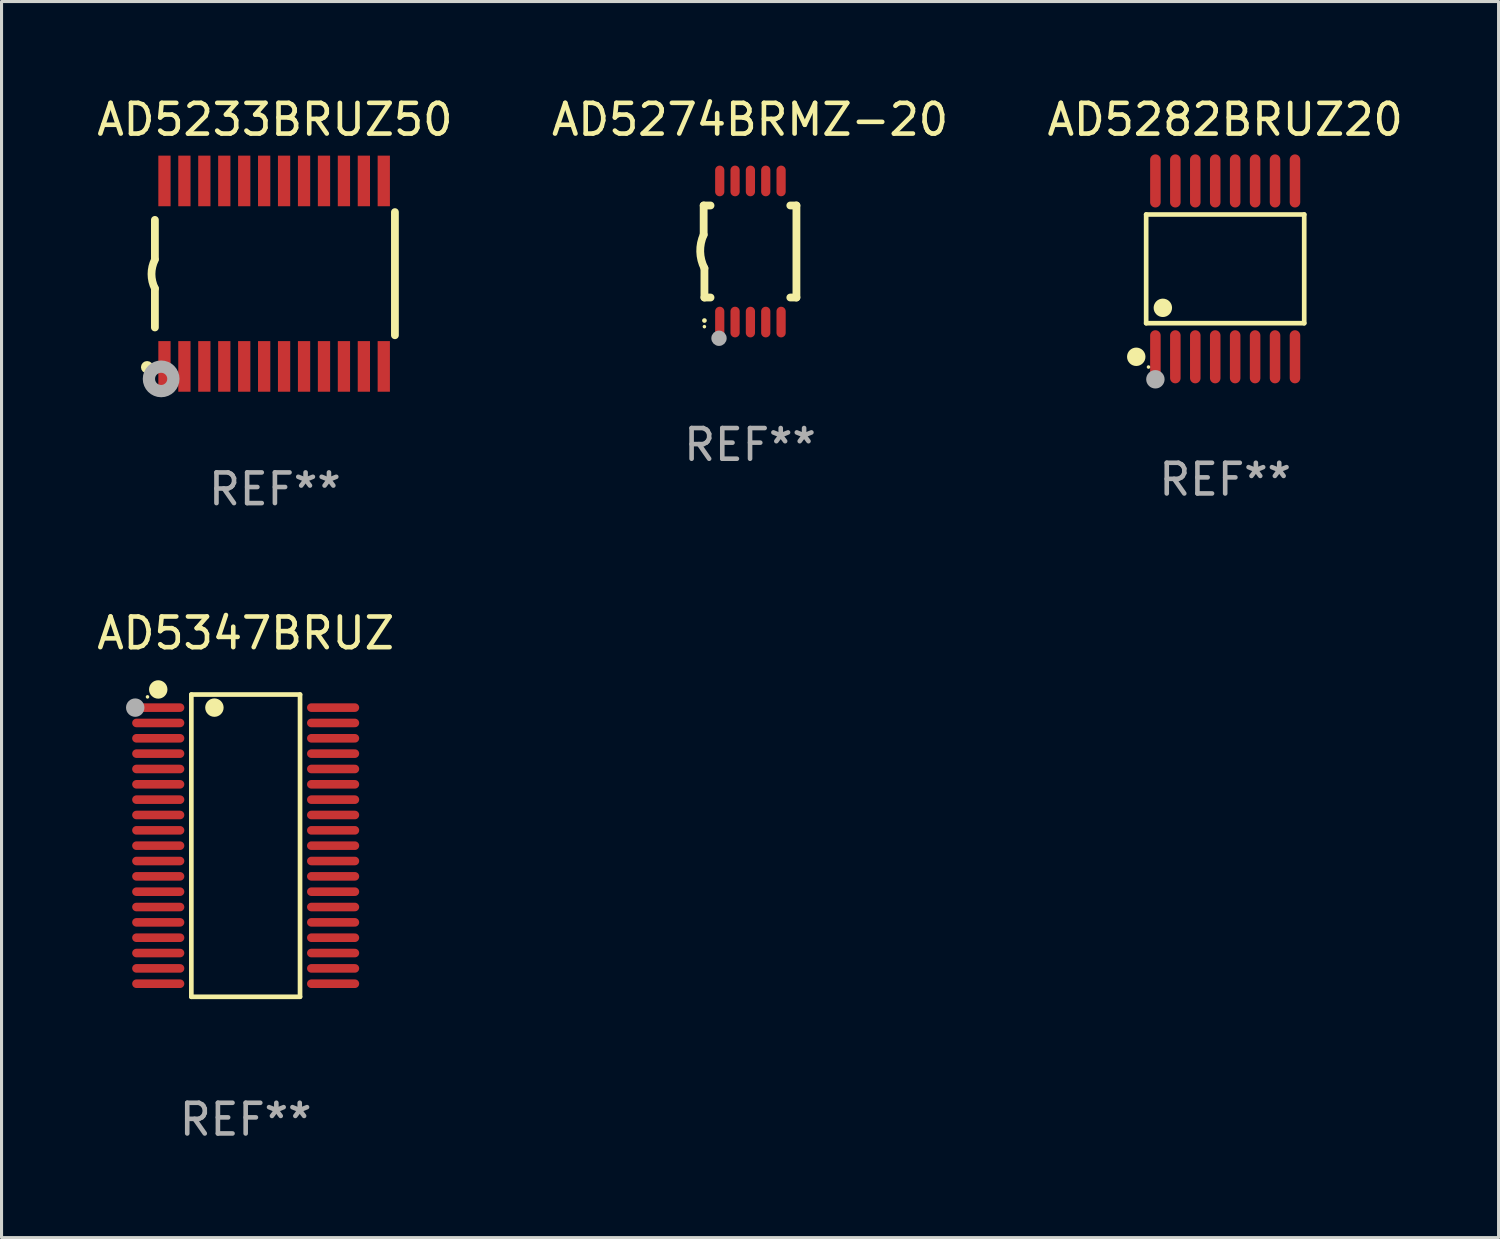
<source format=kicad_pcb>
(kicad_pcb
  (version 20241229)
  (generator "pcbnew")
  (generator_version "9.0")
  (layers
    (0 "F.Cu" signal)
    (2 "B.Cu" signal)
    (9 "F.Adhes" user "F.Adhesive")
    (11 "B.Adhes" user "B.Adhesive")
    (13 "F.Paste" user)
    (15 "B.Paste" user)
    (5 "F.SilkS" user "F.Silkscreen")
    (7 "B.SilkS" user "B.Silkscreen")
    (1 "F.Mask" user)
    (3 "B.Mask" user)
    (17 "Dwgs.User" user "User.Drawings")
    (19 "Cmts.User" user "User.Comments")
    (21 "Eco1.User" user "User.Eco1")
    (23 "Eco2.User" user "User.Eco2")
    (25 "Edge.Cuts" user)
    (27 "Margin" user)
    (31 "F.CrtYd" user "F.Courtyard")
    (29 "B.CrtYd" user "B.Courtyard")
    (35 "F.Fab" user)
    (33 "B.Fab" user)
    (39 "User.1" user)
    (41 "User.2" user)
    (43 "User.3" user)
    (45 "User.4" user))
  (footprint "AD5347BRUZ"
    (layer "F.Cu")
    (at 4.958 24.516)
    (property "Reference" "AD5347BRUZ" (at 0 -6.926 0) (layer "F.SilkS") (effects (font (size 1 1) (thickness 0.15))))
    (attr through_hole)
    (fp_line (start -1.771 -4.926) (end 1.772 -4.926) (stroke (width 0.152) (type solid)) (layer "F.SilkS"))
    (fp_line (start -1.771 4.926) (end -1.771 -4.926) (stroke (width 0.152) (type solid)) (layer "F.SilkS"))
    (fp_line (start 1.772 -4.926) (end 1.772 4.926) (stroke (width 0.152) (type solid)) (layer "F.SilkS"))
    (fp_line (start 1.772 4.926) (end -1.771 4.926) (stroke (width 0.152) (type solid)) (layer "F.SilkS"))
    (fp_circle (center -3.2 -4.85) (end -3.17 -4.85) (stroke (width 0.06) (type solid)) (fill no) (layer "F.SilkS"))
    (fp_circle (center -2.85 -5.092) (end -2.7 -5.092) (stroke (width 0.3) (type solid)) (fill no) (layer "F.SilkS"))
    (fp_circle (center -1.019 -4.5) (end -0.869 -4.5) (stroke (width 0.3) (type solid)) (fill no) (layer "F.SilkS"))
    (fp_circle (center -3.6 -4.5) (end -3.45 -4.5) (stroke (width 0.3) (type solid)) (fill no) (layer "F.Fab"))
    (fp_text user "REF**" (at 0 8.926 0) (layer "F.Fab") (effects (font (size 1 1) (thickness 0.15))))
    (pad "1" smd oval (at -2.85 -4.5 270) (size 0.28 1.7) (layers "F.Cu" "F.Mask" "F.Paste"))
    (pad "2" smd oval (at -2.85 -4 270) (size 0.28 1.7) (layers "F.Cu" "F.Mask" "F.Paste"))
    (pad "3" smd oval (at -2.85 -3.5 270) (size 0.28 1.7) (layers "F.Cu" "F.Mask" "F.Paste"))
    (pad "4" smd oval (at -2.85 -3 270) (size 0.28 1.7) (layers "F.Cu" "F.Mask" "F.Paste"))
    (pad "5" smd oval (at -2.85 -2.5 270) (size 0.28 1.7) (layers "F.Cu" "F.Mask" "F.Paste"))
    (pad "6" smd oval (at -2.85 -2 270) (size 0.28 1.7) (layers "F.Cu" "F.Mask" "F.Paste"))
    (pad "7" smd oval (at -2.85 -1.5 270) (size 0.28 1.7) (layers "F.Cu" "F.Mask" "F.Paste"))
    (pad "8" smd oval (at -2.85 -1 270) (size 0.28 1.7) (layers "F.Cu" "F.Mask" "F.Paste"))
    (pad "9" smd oval (at -2.85 -0.5 270) (size 0.28 1.7) (layers "F.Cu" "F.Mask" "F.Paste"))
    (pad "10" smd oval (at -2.85 0.000051 270) (size 0.28 1.7) (layers "F.Cu" "F.Mask" "F.Paste"))
    (pad "11" smd oval (at -2.85 0.5 270) (size 0.28 1.7) (layers "F.Cu" "F.Mask" "F.Paste"))
    (pad "12" smd oval (at -2.85 1 270) (size 0.28 1.7) (layers "F.Cu" "F.Mask" "F.Paste"))
    (pad "13" smd oval (at -2.85 1.5 270) (size 0.28 1.7) (layers "F.Cu" "F.Mask" "F.Paste"))
    (pad "14" smd oval (at -2.85 2 270) (size 0.28 1.7) (layers "F.Cu" "F.Mask" "F.Paste"))
    (pad "15" smd oval (at -2.85 2.5 270) (size 0.28 1.7) (layers "F.Cu" "F.Mask" "F.Paste"))
    (pad "16" smd oval (at -2.85 3 270) (size 0.28 1.7) (layers "F.Cu" "F.Mask" "F.Paste"))
    (pad "17" smd oval (at -2.85 3.5 270) (size 0.28 1.7) (layers "F.Cu" "F.Mask" "F.Paste"))
    (pad "18" smd oval (at -2.85 4 270) (size 0.28 1.7) (layers "F.Cu" "F.Mask" "F.Paste"))
    (pad "19" smd oval (at -2.85 4.5 270) (size 0.28 1.7) (layers "F.Cu" "F.Mask" "F.Paste"))
    (pad "20" smd oval (at 2.85 4.5 270) (size 0.28 1.7) (layers "F.Cu" "F.Mask" "F.Paste"))
    (pad "21" smd oval (at 2.85 4 270) (size 0.28 1.7) (layers "F.Cu" "F.Mask" "F.Paste"))
    (pad "22" smd oval (at 2.85 3.5 270) (size 0.28 1.7) (layers "F.Cu" "F.Mask" "F.Paste"))
    (pad "23" smd oval (at 2.85 3 270) (size 0.28 1.7) (layers "F.Cu" "F.Mask" "F.Paste"))
    (pad "24" smd oval (at 2.85 2.5 270) (size 0.28 1.7) (layers "F.Cu" "F.Mask" "F.Paste"))
    (pad "25" smd oval (at 2.85 2 270) (size 0.28 1.7) (layers "F.Cu" "F.Mask" "F.Paste"))
    (pad "26" smd oval (at 2.85 1.5 270) (size 0.28 1.7) (layers "F.Cu" "F.Mask" "F.Paste"))
    (pad "27" smd oval (at 2.85 1 270) (size 0.28 1.7) (layers "F.Cu" "F.Mask" "F.Paste"))
    (pad "28" smd oval (at 2.85 0.5 270) (size 0.28 1.7) (layers "F.Cu" "F.Mask" "F.Paste"))
    (pad "29" smd oval (at 2.85 0.000051 270) (size 0.28 1.7) (layers "F.Cu" "F.Mask" "F.Paste"))
    (pad "30" smd oval (at 2.85 -0.5 270) (size 0.28 1.7) (layers "F.Cu" "F.Mask" "F.Paste"))
    (pad "31" smd oval (at 2.85 -1 270) (size 0.28 1.7) (layers "F.Cu" "F.Mask" "F.Paste"))
    (pad "32" smd oval (at 2.85 -1.5 270) (size 0.28 1.7) (layers "F.Cu" "F.Mask" "F.Paste"))
    (pad "33" smd oval (at 2.85 -2 270) (size 0.28 1.7) (layers "F.Cu" "F.Mask" "F.Paste"))
    (pad "34" smd oval (at 2.85 -2.5 270) (size 0.28 1.7) (layers "F.Cu" "F.Mask" "F.Paste"))
    (pad "35" smd oval (at 2.85 -3 270) (size 0.28 1.7) (layers "F.Cu" "F.Mask" "F.Paste"))
    (pad "36" smd oval (at 2.85 -3.5 270) (size 0.28 1.7) (layers "F.Cu" "F.Mask" "F.Paste"))
    (pad "37" smd oval (at 2.85 -4 270) (size 0.28 1.7) (layers "F.Cu" "F.Mask" "F.Paste"))
    (pad "38" smd oval (at 2.85 -4.5 270) (size 0.28 1.7) (layers "F.Cu" "F.Mask" "F.Paste")))
  (footprint "AD5282BRUZ20"
    (layer "F.Cu")
    (at 36.887 5.714)
    (property "Reference" "AD5282BRUZ20" (at 0 -4.866 0) (layer "F.SilkS") (effects (font (size 1 1) (thickness 0.15))))
    (attr through_hole)
    (fp_line (start -2.576 -1.772) (end 2.576 -1.772) (stroke (width 0.152) (type solid)) (layer "F.SilkS"))
    (fp_line (start -2.576 1.771) (end -2.576 -1.772) (stroke (width 0.152) (type solid)) (layer "F.SilkS"))
    (fp_line (start 2.576 -1.772) (end 2.576 1.771) (stroke (width 0.152) (type solid)) (layer "F.SilkS"))
    (fp_line (start 2.576 1.771) (end -2.576 1.771) (stroke (width 0.152) (type solid)) (layer "F.SilkS"))
    (fp_circle (center -2.899 2.866) (end -2.749 2.866) (stroke (width 0.3) (type solid)) (fill no) (layer "F.SilkS"))
    (fp_circle (center -2.5 3.2) (end -2.47 3.2) (stroke (width 0.06) (type solid)) (fill no) (layer "F.SilkS"))
    (fp_circle (center -2.032 1.27) (end -1.882 1.27) (stroke (width 0.3) (type solid)) (fill no) (layer "F.SilkS"))
    (fp_circle (center -2.275 3.6) (end -2.125 3.6) (stroke (width 0.3) (type solid)) (fill no) (layer "F.Fab"))
    (fp_text user "REF**" (at 0 6.866 0) (layer "F.Fab") (effects (font (size 1 1) (thickness 0.15))))
    (pad "1" smd oval (at -2.275 2.866) (size 0.343 1.731) (layers "F.Cu" "F.Mask" "F.Paste"))
    (pad "2" smd oval (at -1.625 2.866) (size 0.343 1.731) (layers "F.Cu" "F.Mask" "F.Paste"))
    (pad "3" smd oval (at -0.975 2.866) (size 0.343 1.731) (layers "F.Cu" "F.Mask" "F.Paste"))
    (pad "4" smd oval (at -0.325 2.866) (size 0.343 1.731) (layers "F.Cu" "F.Mask" "F.Paste"))
    (pad "5" smd oval (at 0.325 2.866) (size 0.343 1.731) (layers "F.Cu" "F.Mask" "F.Paste"))
    (pad "6" smd oval (at 0.975 2.866) (size 0.343 1.731) (layers "F.Cu" "F.Mask" "F.Paste"))
    (pad "7" smd oval (at 1.625 2.866) (size 0.343 1.731) (layers "F.Cu" "F.Mask" "F.Paste"))
    (pad "8" smd oval (at 2.275 2.866) (size 0.343 1.731) (layers "F.Cu" "F.Mask" "F.Paste"))
    (pad "9" smd oval (at 2.275 -2.866) (size 0.343 1.731) (layers "F.Cu" "F.Mask" "F.Paste"))
    (pad "10" smd oval (at 1.625 -2.866) (size 0.343 1.731) (layers "F.Cu" "F.Mask" "F.Paste"))
    (pad "11" smd oval (at 0.975 -2.866) (size 0.343 1.731) (layers "F.Cu" "F.Mask" "F.Paste"))
    (pad "12" smd oval (at 0.325 -2.866) (size 0.343 1.731) (layers "F.Cu" "F.Mask" "F.Paste"))
    (pad "13" smd oval (at -0.325 -2.866) (size 0.343 1.731) (layers "F.Cu" "F.Mask" "F.Paste"))
    (pad "14" smd oval (at -0.975 -2.866) (size 0.343 1.731) (layers "F.Cu" "F.Mask" "F.Paste"))
    (pad "15" smd oval (at -1.625 -2.866) (size 0.343 1.731) (layers "F.Cu" "F.Mask" "F.Paste"))
    (pad "16" smd oval (at -2.275 -2.866) (size 0.343 1.731) (layers "F.Cu" "F.Mask" "F.Paste")))
  (footprint "AD5233BRUZ50"
    (layer "F.Cu")
    (at 5.911 5.871)
    (property "Reference" "AD5233BRUZ50" (at 0 -5.023 0) (layer "F.SilkS") (effects (font (size 1 1) (thickness 0.15))))
    (attr through_hole)
    (fp_line (start -3.912 -0.483) (end -3.912 -1.753) (stroke (width 0.254) (type solid)) (layer "F.SilkS"))
    (fp_line (start -3.912 1.753) (end -3.912 0.483) (stroke (width 0.254) (type solid)) (layer "F.SilkS"))
    (fp_line (start 3.912 -2.007) (end 3.912 2.007) (stroke (width 0.254) (type solid)) (layer "F.SilkS"))
    (fp_arc (start -3.911608 0.482601) (mid -4.022537 0.0127) (end -3.911608 -0.457201) (stroke (width 0.254001) (type solid)) (layer "F.SilkS"))
    (fp_circle (center -4.166 3.048) (end -4.066 3.048) (stroke (width 0.2) (type solid)) (fill no) (layer "F.SilkS"))
    (fp_circle (center -3.925 3.186) (end -3.895 3.186) (stroke (width 0.06) (type solid)) (fill no) (layer "F.SilkS"))
    (fp_circle (center -3.708 3.429) (end -3.509 3.429) (stroke (width 0.4) (type solid)) (fill no) (layer "F.Fab"))
    (fp_text user "REF**" (at 0 7.023 0) (layer "F.Fab") (effects (font (size 1 1) (thickness 0.15))))
    (pad "1" smd rect (at -3.6 3.023) (size 0.4 1.65) (layers "F.Cu" "F.Mask" "F.Paste"))
    (pad "2" smd rect (at -2.95 3.023) (size 0.4 1.65) (layers "F.Cu" "F.Mask" "F.Paste"))
    (pad "3" smd rect (at -2.3 3.023) (size 0.4 1.65) (layers "F.Cu" "F.Mask" "F.Paste"))
    (pad "4" smd rect (at -1.65 3.023) (size 0.4 1.65) (layers "F.Cu" "F.Mask" "F.Paste"))
    (pad "5" smd rect (at -1 3.023) (size 0.4 1.65) (layers "F.Cu" "F.Mask" "F.Paste"))
    (pad "6" smd rect (at -0.35 3.023) (size 0.4 1.65) (layers "F.Cu" "F.Mask" "F.Paste"))
    (pad "7" smd rect (at 0.299 3.023) (size 0.4 1.65) (layers "F.Cu" "F.Mask" "F.Paste"))
    (pad "8" smd rect (at 0.95 3.023) (size 0.4 1.65) (layers "F.Cu" "F.Mask" "F.Paste"))
    (pad "9" smd rect (at 1.6 3.023) (size 0.4 1.65) (layers "F.Cu" "F.Mask" "F.Paste"))
    (pad "10" smd rect (at 2.25 3.023) (size 0.4 1.65) (layers "F.Cu" "F.Mask" "F.Paste"))
    (pad "11" smd rect (at 2.9 3.023) (size 0.4 1.65) (layers "F.Cu" "F.Mask" "F.Paste"))
    (pad "12" smd rect (at 3.549 3.023) (size 0.4 1.65) (layers "F.Cu" "F.Mask" "F.Paste"))
    (pad "13" smd rect (at 3.549 -3.023) (size 0.4 1.65) (layers "F.Cu" "F.Mask" "F.Paste"))
    (pad "14" smd rect (at 2.9 -3.023) (size 0.4 1.65) (layers "F.Cu" "F.Mask" "F.Paste"))
    (pad "15" smd rect (at 2.25 -3.023) (size 0.4 1.65) (layers "F.Cu" "F.Mask" "F.Paste"))
    (pad "16" smd rect (at 1.6 -3.023) (size 0.4 1.65) (layers "F.Cu" "F.Mask" "F.Paste"))
    (pad "17" smd rect (at 0.95 -3.023) (size 0.4 1.65) (layers "F.Cu" "F.Mask" "F.Paste"))
    (pad "18" smd rect (at 0.299 -3.023) (size 0.4 1.65) (layers "F.Cu" "F.Mask" "F.Paste"))
    (pad "19" smd rect (at -0.35 -3.023) (size 0.4 1.65) (layers "F.Cu" "F.Mask" "F.Paste"))
    (pad "20" smd rect (at -1 -3.023) (size 0.4 1.65) (layers "F.Cu" "F.Mask" "F.Paste"))
    (pad "21" smd rect (at -1.65 -3.023) (size 0.4 1.65) (layers "F.Cu" "F.Mask" "F.Paste"))
    (pad "22" smd rect (at -2.3 -3.023) (size 0.4 1.65) (layers "F.Cu" "F.Mask" "F.Paste"))
    (pad "23" smd rect (at -2.95 -3.023) (size 0.4 1.65) (layers "F.Cu" "F.Mask" "F.Paste"))
    (pad "24" smd rect (at -3.6 -3.023) (size 0.4 1.65) (layers "F.Cu" "F.Mask" "F.Paste")))
  (footprint "AD5274BRMZ-20"
    (layer "F.Cu")
    (at 21.399 5.148)
    (property "Reference" "AD5274BRMZ-20" (at 0 -4.3 0) (layer "F.SilkS") (effects (font (size 1 1) (thickness 0.15))))
    (attr through_hole)
    (fp_line (start -1.512 -1.5) (end -1.512 -0.546) (stroke (width 0.254) (type solid)) (layer "F.SilkS"))
    (fp_line (start -1.487 0.546) (end -1.487 1.5) (stroke (width 0.254) (type solid)) (layer "F.SilkS"))
    (fp_line (start -1.288 -1.5) (end -1.512 -1.5) (stroke (width 0.254) (type solid)) (layer "F.SilkS"))
    (fp_line (start -1.288 1.5) (end -1.487 1.5) (stroke (width 0.254) (type solid)) (layer "F.SilkS"))
    (fp_line (start 1.512 -1.5) (end 1.312 -1.5) (stroke (width 0.254) (type solid)) (layer "F.SilkS"))
    (fp_line (start 1.512 -1.5) (end 1.512 1.5) (stroke (width 0.254) (type solid)) (layer "F.SilkS"))
    (fp_line (start 1.512 1.5) (end 1.312 1.5) (stroke (width 0.254) (type solid)) (layer "F.SilkS"))
    (fp_arc (start -1.487998 2.250013) (mid -1.486728 2.250007) (end -1.485458 2.250013) (stroke (width 0.150013) (type solid)) (layer "F.SilkS"))
    (fp_arc (start -1.486602 0.546102) (mid -1.624196 0.002905) (end -1.512002 -0.546101) (stroke (width 0.254001) (type solid)) (layer "F.SilkS"))
    (fp_circle (center -1.488 2.45) (end -1.458 2.45) (stroke (width 0.06) (type solid)) (fill no) (layer "F.SilkS"))
    (fp_circle (center -1.012 2.828) (end -0.887 2.828) (stroke (width 0.25) (type solid)) (fill no) (layer "F.Fab"))
    (fp_text user "REF**" (at 0 6.3 0) (layer "F.Fab") (effects (font (size 1 1) (thickness 0.15))))
    (pad "1" smd oval (at -0.988 2.3) (size 0.3 1) (layers "F.Cu" "F.Mask" "F.Paste"))
    (pad "2" smd oval (at -0.488 2.3) (size 0.3 1) (layers "F.Cu" "F.Mask" "F.Paste"))
    (pad "3" smd oval (at 0.012 2.3) (size 0.3 1) (layers "F.Cu" "F.Mask" "F.Paste"))
    (pad "4" smd oval (at 0.512 2.3) (size 0.3 1) (layers "F.Cu" "F.Mask" "F.Paste"))
    (pad "5" smd oval (at 1.012 2.3) (size 0.3 1) (layers "F.Cu" "F.Mask" "F.Paste"))
    (pad "6" smd oval (at 1.012 -2.3) (size 0.3 1) (layers "F.Cu" "F.Mask" "F.Paste"))
    (pad "7" smd oval (at 0.512 -2.3) (size 0.3 1) (layers "F.Cu" "F.Mask" "F.Paste"))
    (pad "8" smd oval (at 0.012 -2.3) (size 0.3 1) (layers "F.Cu" "F.Mask" "F.Paste"))
    (pad "9" smd oval (at -0.488 -2.3) (size 0.3 1) (layers "F.Cu" "F.Mask" "F.Paste"))
    (pad "10" smd oval (at -0.988 -2.3) (size 0.3 1) (layers "F.Cu" "F.Mask" "F.Paste")))
  (gr_rect
    (start -3 -3)
    (end 45.798 37.291)
    (stroke (width 0.1) (type default))
    (fill no)
    (layer "Edge.Cuts")))
</source>
